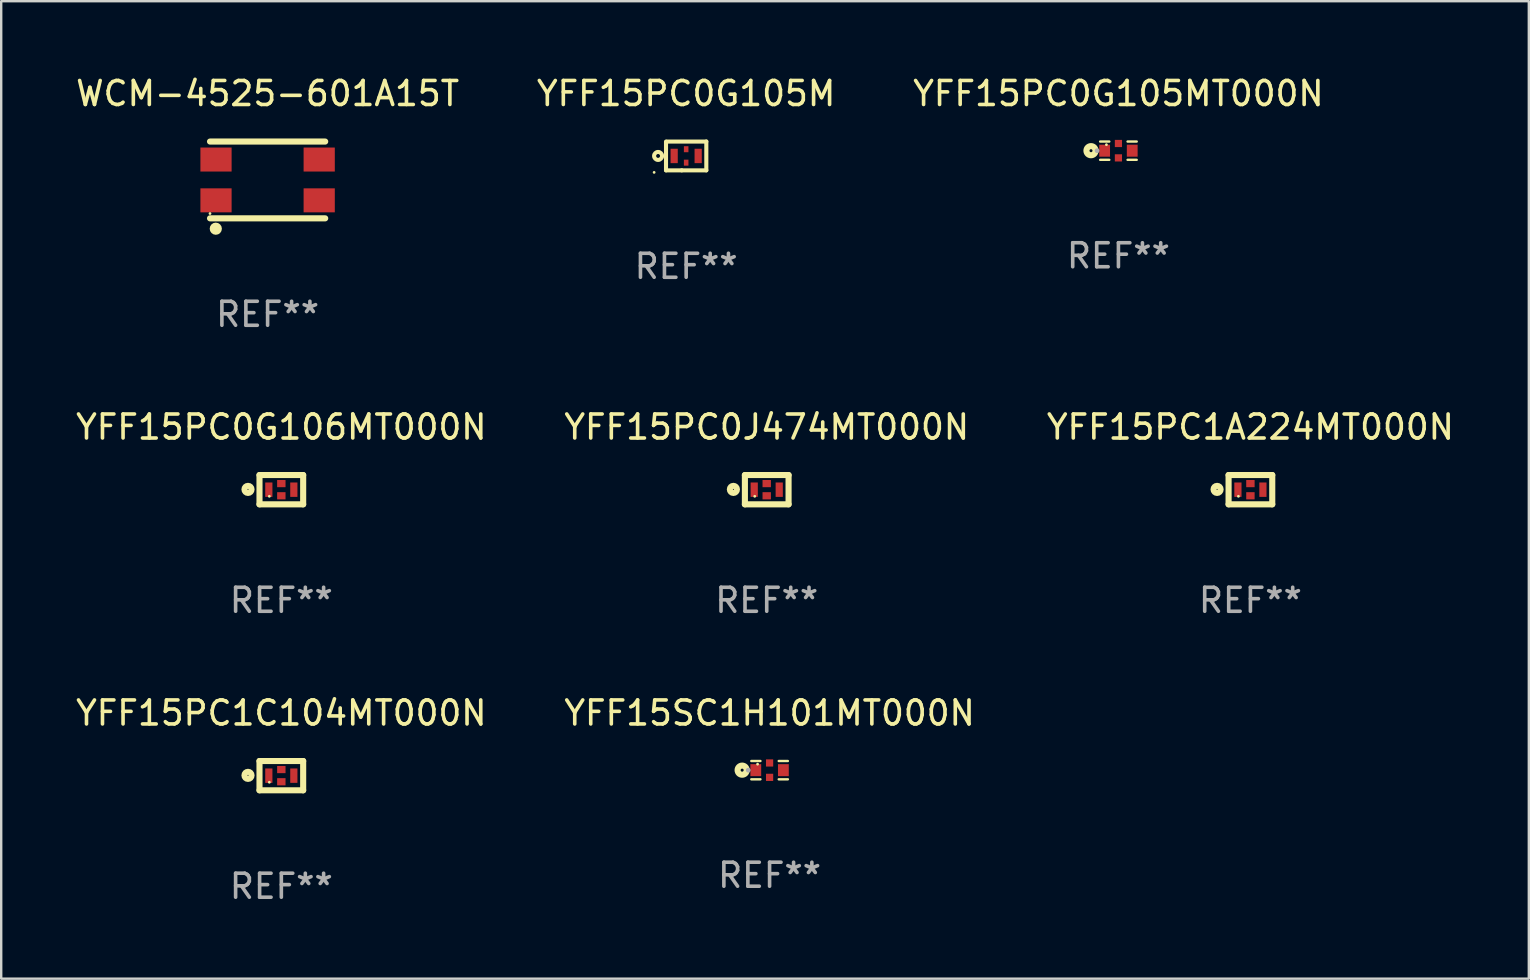
<source format=kicad_pcb>
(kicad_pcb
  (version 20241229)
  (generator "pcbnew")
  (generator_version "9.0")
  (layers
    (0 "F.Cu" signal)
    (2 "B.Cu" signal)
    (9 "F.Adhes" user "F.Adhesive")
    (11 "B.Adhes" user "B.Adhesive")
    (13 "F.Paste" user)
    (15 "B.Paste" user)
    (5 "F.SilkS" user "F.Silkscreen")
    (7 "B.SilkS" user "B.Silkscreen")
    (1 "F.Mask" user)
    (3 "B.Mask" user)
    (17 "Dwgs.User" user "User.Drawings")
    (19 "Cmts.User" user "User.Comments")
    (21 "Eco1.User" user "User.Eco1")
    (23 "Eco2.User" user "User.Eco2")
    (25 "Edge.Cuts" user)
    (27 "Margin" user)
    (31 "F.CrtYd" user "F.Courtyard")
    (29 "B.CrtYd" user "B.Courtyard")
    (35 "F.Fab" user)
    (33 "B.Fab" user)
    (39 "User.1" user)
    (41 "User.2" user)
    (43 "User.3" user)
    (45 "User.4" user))
  (footprint "YFF15PC0G105M"
    (layer "F.Cu")
    (at 25.542 3.448)
    (property "Reference" "YFF15PC0G105M" (at 0 -2.6 0) (layer "F.SilkS") (effects (font (size 1 1) (thickness 0.15))))
    (attr through_hole)
    (fp_line (start -0.84 0.6) (end -0.84 -0.6) (stroke (width 0.17) (type solid)) (layer "F.SilkS"))
    (fp_line (start -0.79 -0.6) (end 0.84 -0.6) (stroke (width 0.17) (type solid)) (layer "F.SilkS"))
    (fp_line (start -0.185 0.6) (end -0.84 0.6) (stroke (width 0.17) (type solid)) (layer "F.SilkS"))
    (fp_line (start -0.185 0.6) (end 0.84 0.6) (stroke (width 0.17) (type solid)) (layer "F.SilkS"))
    (fp_line (start 0.84 -0.6) (end 0.84 0.6) (stroke (width 0.17) (type solid)) (layer "F.SilkS"))
    (fp_circle (center -1.335 0.685) (end -1.305 0.685) (stroke (width 0.06) (type solid)) (fill no) (layer "F.SilkS"))
    (fp_circle (center -1.17 0) (end -1.089 0) (stroke (width 0.17) (type solid)) (fill no) (layer "F.SilkS"))
    (fp_text user "REF**" (at 0 4.6 0) (layer "F.Fab") (effects (font (size 1 1) (thickness 0.15))))
    (pad "1" smd rect (at -0.5 0.000076 90) (size 0.6 0.3) (layers "F.Cu" "F.Mask" "F.Paste"))
    (pad "2" smd rect (at 0.000025 -0.28 180) (size 0.19 0.25) (layers "F.Cu" "F.Mask" "F.Paste"))
    (pad "2" smd rect (at 0.000025 0.28 180) (size 0.19 0.25) (layers "F.Cu" "F.Mask" "F.Paste"))
    (pad "3" smd rect (at 0.5 0.000076 90) (size 0.6 0.3) (layers "F.Cu" "F.Mask" "F.Paste")))
  (footprint "YFF15PC0G105MT000N"
    (layer "F.Cu")
    (at 43.554 3.229)
    (property "Reference" "YFF15PC0G105MT000N" (at 0 -2.381 0) (layer "F.SilkS") (effects (font (size 1 1) (thickness 0.15))))
    (attr through_hole)
    (fp_line (start -0.762 -0.381) (end -0.381 -0.381) (stroke (width 0.1) (type solid)) (layer "F.SilkS"))
    (fp_line (start -0.762 0.381) (end -0.381 0.381) (stroke (width 0.1) (type solid)) (layer "F.SilkS"))
    (fp_line (start 0.381 -0.381) (end 0.762 -0.381) (stroke (width 0.1) (type solid)) (layer "F.SilkS"))
    (fp_line (start 0.381 0.381) (end 0.762 0.381) (stroke (width 0.1) (type solid)) (layer "F.SilkS"))
    (fp_circle (center -1.143 -0.000127) (end -1.08 -0.000127) (stroke (width 0.254) (type solid)) (fill no) (layer "F.SilkS"))
    (fp_circle (center -0.5 -0.25) (end -0.47 -0.25) (stroke (width 0.06) (type solid)) (fill no) (layer "F.SilkS"))
    (fp_circle (center -0.889 0.000127) (end -0.839 0.000127) (stroke (width 0.1) (type solid)) (fill no) (layer "F.Fab"))
    (fp_text user "REF**" (at 0 4.381 0) (layer "F.Fab") (effects (font (size 1 1) (thickness 0.15))))
    (pad "1" smd rect (at -0.575 -0.000127) (size 0.45 0.5) (layers "F.Cu" "F.Mask" "F.Paste"))
    (pad "2" smd rect (at 0 0.3) (size 0.3 0.3) (layers "F.Cu" "F.Mask" "F.Paste"))
    (pad "3" smd rect (at 0.575 -0.000127) (size 0.45 0.5) (layers "F.Cu" "F.Mask" "F.Paste"))
    (pad "4" smd rect (at 0 -0.3) (size 0.3 0.3) (layers "F.Cu" "F.Mask" "F.Paste")))
  (footprint "YFF15PC0G106MT000N"
    (layer "F.Cu")
    (at 8.673 17.355)
    (property "Reference" "YFF15PC0G106MT000N" (at 0 -2.61 0) (layer "F.SilkS") (effects (font (size 1 1) (thickness 0.15))))
    (attr through_hole)
    (fp_line (start -0.91 -0.61) (end -0.91 0.61) (stroke (width 0.254) (type solid)) (layer "F.SilkS"))
    (fp_line (start -0.91 -0.61) (end 0.91 -0.61) (stroke (width 0.254) (type solid)) (layer "F.SilkS"))
    (fp_line (start -0.91 0.61) (end 0.91 0.61) (stroke (width 0.254) (type solid)) (layer "F.SilkS"))
    (fp_line (start 0.91 0.61) (end 0.91 -0.61) (stroke (width 0.254) (type solid)) (layer "F.SilkS"))
    (fp_circle (center -1.389 -0.012) (end -1.241 -0.012) (stroke (width 0.254) (type solid)) (fill no) (layer "F.SilkS"))
    (fp_circle (center -0.5 0.275) (end -0.47 0.275) (stroke (width 0.06) (type solid)) (fill no) (layer "F.SilkS"))
    (fp_text user "REF**" (at 0 4.61 0) (layer "F.Fab") (effects (font (size 1 1) (thickness 0.15))))
    (pad "1" smd rect (at -0.521 0) (size 0.3 0.6) (layers "F.Cu" "F.Mask" "F.Paste"))
    (pad "2" smd rect (at -0.000013 0.254) (size 0.35 0.3) (layers "F.Cu" "F.Mask" "F.Paste"))
    (pad "3" smd rect (at 0.521 0 180) (size 0.3 0.6) (layers "F.Cu" "F.Mask" "F.Paste"))
    (pad "4" smd rect (at -0.000013 -0.254) (size 0.35 0.3) (layers "F.Cu" "F.Mask" "F.Paste")))
  (footprint "YFF15PC0J474MT000N"
    (layer "F.Cu")
    (at 28.899 17.355)
    (property "Reference" "YFF15PC0J474MT000N" (at 0 -2.61 0) (layer "F.SilkS") (effects (font (size 1 1) (thickness 0.15))))
    (attr through_hole)
    (fp_line (start -0.91 -0.61) (end -0.91 0.61) (stroke (width 0.254) (type solid)) (layer "F.SilkS"))
    (fp_line (start -0.91 -0.61) (end 0.91 -0.61) (stroke (width 0.254) (type solid)) (layer "F.SilkS"))
    (fp_line (start -0.91 0.61) (end 0.91 0.61) (stroke (width 0.254) (type solid)) (layer "F.SilkS"))
    (fp_line (start 0.91 0.61) (end 0.91 -0.61) (stroke (width 0.254) (type solid)) (layer "F.SilkS"))
    (fp_circle (center -1.389 -0.012) (end -1.241 -0.012) (stroke (width 0.254) (type solid)) (fill no) (layer "F.SilkS"))
    (fp_circle (center -0.5 0.275) (end -0.47 0.275) (stroke (width 0.06) (type solid)) (fill no) (layer "F.SilkS"))
    (fp_text user "REF**" (at 0 4.61 0) (layer "F.Fab") (effects (font (size 1 1) (thickness 0.15))))
    (pad "1" smd rect (at -0.521 0) (size 0.3 0.6) (layers "F.Cu" "F.Mask" "F.Paste"))
    (pad "2" smd rect (at -0.000013 0.254) (size 0.35 0.3) (layers "F.Cu" "F.Mask" "F.Paste"))
    (pad "3" smd rect (at 0.521 0 180) (size 0.3 0.6) (layers "F.Cu" "F.Mask" "F.Paste"))
    (pad "4" smd rect (at -0.000013 -0.254) (size 0.35 0.3) (layers "F.Cu" "F.Mask" "F.Paste")))
  (footprint "YFF15PC1A224MT000N"
    (layer "F.Cu")
    (at 49.054 17.355)
    (property "Reference" "YFF15PC1A224MT000N" (at 0 -2.61 0) (layer "F.SilkS") (effects (font (size 1 1) (thickness 0.15))))
    (attr through_hole)
    (fp_line (start -0.91 -0.61) (end -0.91 0.61) (stroke (width 0.254) (type solid)) (layer "F.SilkS"))
    (fp_line (start -0.91 -0.61) (end 0.91 -0.61) (stroke (width 0.254) (type solid)) (layer "F.SilkS"))
    (fp_line (start -0.91 0.61) (end 0.91 0.61) (stroke (width 0.254) (type solid)) (layer "F.SilkS"))
    (fp_line (start 0.91 0.61) (end 0.91 -0.61) (stroke (width 0.254) (type solid)) (layer "F.SilkS"))
    (fp_circle (center -1.389 -0.012) (end -1.241 -0.012) (stroke (width 0.254) (type solid)) (fill no) (layer "F.SilkS"))
    (fp_circle (center -0.5 0.275) (end -0.47 0.275) (stroke (width 0.06) (type solid)) (fill no) (layer "F.SilkS"))
    (fp_text user "REF**" (at 0 4.61 0) (layer "F.Fab") (effects (font (size 1 1) (thickness 0.15))))
    (pad "1" smd rect (at -0.521 0) (size 0.3 0.6) (layers "F.Cu" "F.Mask" "F.Paste"))
    (pad "2" smd rect (at -0.000013 0.254) (size 0.35 0.3) (layers "F.Cu" "F.Mask" "F.Paste"))
    (pad "3" smd rect (at 0.521 0 180) (size 0.3 0.6) (layers "F.Cu" "F.Mask" "F.Paste"))
    (pad "4" smd rect (at -0.000013 -0.254) (size 0.35 0.3) (layers "F.Cu" "F.Mask" "F.Paste")))
  (footprint "WCM-4525-601A15T"
    (layer "F.Cu")
    (at 8.101 4.448)
    (property "Reference" "WCM-4525-601A15T" (at 0 -3.6 0) (layer "F.SilkS") (effects (font (size 1 1) (thickness 0.15))))
    (attr through_hole)
    (fp_line (start -2.4 -1.6) (end 2.4 -1.6) (stroke (width 0.254) (type solid)) (layer "F.SilkS"))
    (fp_line (start -2.4 1.6) (end 2.4 1.6) (stroke (width 0.254) (type solid)) (layer "F.SilkS"))
    (fp_circle (center -2.4 1.4) (end -2.37 1.4) (stroke (width 0.06) (type solid)) (fill no) (layer "F.SilkS"))
    (fp_circle (center -2.159 2.032) (end -2.032 2.032) (stroke (width 0.254) (type solid)) (fill no) (layer "F.SilkS"))
    (fp_text user "REF**" (at 0 5.6 0) (layer "F.Fab") (effects (font (size 1 1) (thickness 0.15))))
    (pad "1" smd rect (at -2.15 0.85) (size 1.3 1) (layers "F.Cu" "F.Mask" "F.Paste"))
    (pad "2" smd rect (at -2.15 -0.85) (size 1.3 1) (layers "F.Cu" "F.Mask" "F.Paste"))
    (pad "3" smd rect (at 2.15 -0.85) (size 1.3 1) (layers "F.Cu" "F.Mask" "F.Paste"))
    (pad "4" smd rect (at 2.15 0.85) (size 1.3 1) (layers "F.Cu" "F.Mask" "F.Paste")))
  (footprint "YFF15PC1C104MT000N"
    (layer "F.Cu")
    (at 8.673 29.271)
    (property "Reference" "YFF15PC1C104MT000N" (at 0 -2.61 0) (layer "F.SilkS") (effects (font (size 1 1) (thickness 0.15))))
    (attr through_hole)
    (fp_line (start -0.91 -0.61) (end -0.91 0.61) (stroke (width 0.254) (type solid)) (layer "F.SilkS"))
    (fp_line (start -0.91 -0.61) (end 0.91 -0.61) (stroke (width 0.254) (type solid)) (layer "F.SilkS"))
    (fp_line (start -0.91 0.61) (end 0.91 0.61) (stroke (width 0.254) (type solid)) (layer "F.SilkS"))
    (fp_line (start 0.91 0.61) (end 0.91 -0.61) (stroke (width 0.254) (type solid)) (layer "F.SilkS"))
    (fp_circle (center -1.389 -0.012) (end -1.241 -0.012) (stroke (width 0.254) (type solid)) (fill no) (layer "F.SilkS"))
    (fp_circle (center -0.5 0.275) (end -0.47 0.275) (stroke (width 0.06) (type solid)) (fill no) (layer "F.SilkS"))
    (fp_text user "REF**" (at 0 4.61 0) (layer "F.Fab") (effects (font (size 1 1) (thickness 0.15))))
    (pad "1" smd rect (at -0.521 0) (size 0.3 0.6) (layers "F.Cu" "F.Mask" "F.Paste"))
    (pad "2" smd rect (at -0.000013 0.254) (size 0.35 0.3) (layers "F.Cu" "F.Mask" "F.Paste"))
    (pad "3" smd rect (at 0.521 0 180) (size 0.3 0.6) (layers "F.Cu" "F.Mask" "F.Paste"))
    (pad "4" smd rect (at -0.000013 -0.254) (size 0.35 0.3) (layers "F.Cu" "F.Mask" "F.Paste")))
  (footprint "YFF15SC1H101MT000N"
    (layer "F.Cu")
    (at 29.018 29.042)
    (property "Reference" "YFF15SC1H101MT000N" (at 0 -2.381 0) (layer "F.SilkS") (effects (font (size 1 1) (thickness 0.15))))
    (attr through_hole)
    (fp_line (start -0.762 -0.381) (end -0.381 -0.381) (stroke (width 0.1) (type solid)) (layer "F.SilkS"))
    (fp_line (start -0.762 0.381) (end -0.381 0.381) (stroke (width 0.1) (type solid)) (layer "F.SilkS"))
    (fp_line (start 0.381 -0.381) (end 0.762 -0.381) (stroke (width 0.1) (type solid)) (layer "F.SilkS"))
    (fp_line (start 0.381 0.381) (end 0.762 0.381) (stroke (width 0.1) (type solid)) (layer "F.SilkS"))
    (fp_circle (center -1.143 -0.000127) (end -1.08 -0.000127) (stroke (width 0.254) (type solid)) (fill no) (layer "F.SilkS"))
    (fp_circle (center -0.5 -0.25) (end -0.47 -0.25) (stroke (width 0.06) (type solid)) (fill no) (layer "F.SilkS"))
    (fp_circle (center -0.889 0.000127) (end -0.839 0.000127) (stroke (width 0.1) (type solid)) (fill no) (layer "F.Fab"))
    (fp_text user "REF**" (at 0 4.381 0) (layer "F.Fab") (effects (font (size 1 1) (thickness 0.15))))
    (pad "1" smd rect (at -0.575 -0.000127) (size 0.45 0.5) (layers "F.Cu" "F.Mask" "F.Paste"))
    (pad "2" smd rect (at 0 0.3) (size 0.3 0.3) (layers "F.Cu" "F.Mask" "F.Paste"))
    (pad "3" smd rect (at 0.575 -0.000127) (size 0.45 0.5) (layers "F.Cu" "F.Mask" "F.Paste"))
    (pad "4" smd rect (at 0 -0.3) (size 0.3 0.3) (layers "F.Cu" "F.Mask" "F.Paste")))
  (gr_rect
    (start -3 -3)
    (end 60.655 37.73)
    (stroke (width 0.1) (type default))
    (fill no)
    (layer "Edge.Cuts")))
</source>
